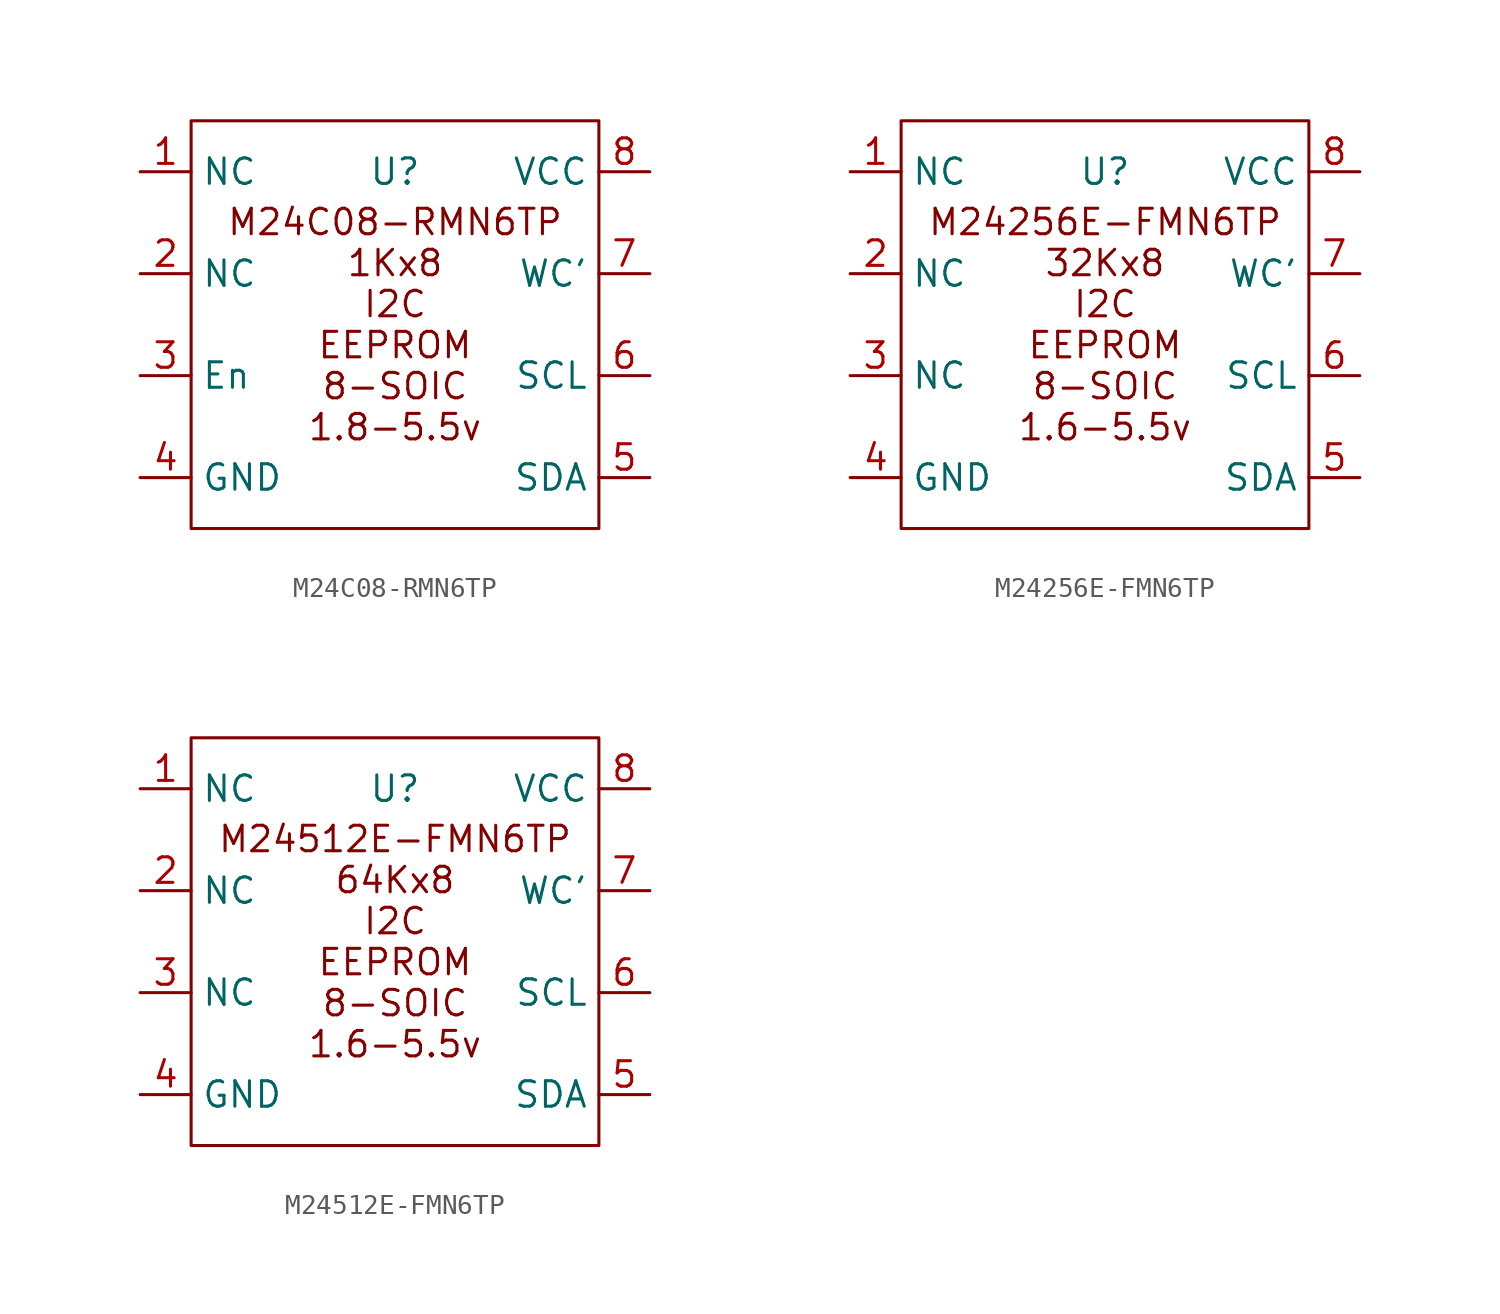
<source format=kicad_sym>
(kicad_symbol_lib
  (version 20220914)
  (generator kicad_symbol_editor)
  (symbol "M24C08-RMN6TP"
    (property "Reference" "U"
      (at 0 7.62 0)
      (effects (font (size 1.27 1.27))))
    (property "Value" ""
      (at 0 0 0)
      (effects (font (size 1.27 1.27))))
    (symbol "M24C08-RMN6TP_1_1"
      (text_box "M24C08-RMN6TP\n1Kx8\nI2C\nEEPROM\n8-SOIC\n1.8-5.5v" (at -10.16 10.16 0) (size 20.32 -20.32) (stroke (width 0) (type default)) (fill (type color) (color 0 0 0 0)) (effects (font (size 1.27 1.27))))
      (pin input line (at -12.7 7.62 0) (length 2.54) (name "NC" (effects (font (size 1.27 1.27)))) (number "1" (effects (font (size 1.27 1.27)))))
      (pin input line (at -12.7 2.54 0) (length 2.54) (name "NC" (effects (font (size 1.27 1.27)))) (number "2" (effects (font (size 1.27 1.27)))))
      (pin input line (at -12.7 -2.54 0) (length 2.54) (name "En" (effects (font (size 1.27 1.27)))) (number "3" (effects (font (size 1.27 1.27)))))
      (pin input line (at -12.7 -7.62 0) (length 2.54) (name "GND" (effects (font (size 1.27 1.27)))) (number "4" (effects (font (size 1.27 1.27)))))
      (pin input line (at 12.7 -7.62 180) (length 2.54) (name "SDA" (effects (font (size 1.27 1.27)))) (number "5" (effects (font (size 1.27 1.27)))))
      (pin input line (at 12.7 -2.54 180) (length 2.54) (name "SCL" (effects (font (size 1.27 1.27)))) (number "6" (effects (font (size 1.27 1.27)))))
      (pin input line (at 12.7 2.54 180) (length 2.54) (name "WC'" (effects (font (size 1.27 1.27)))) (number "7" (effects (font (size 1.27 1.27)))))
      (pin input line (at 12.7 7.62 180) (length 2.54) (name "VCC" (effects (font (size 1.27 1.27)))) (number "8" (effects (font (size 1.27 1.27)))))))
  (symbol "M24256E-FMN6TP"
    (property "Reference" "U"
      (at 0 7.62 0)
      (effects (font (size 1.27 1.27))))
    (property "Value" ""
      (at 0 0 0)
      (effects (font (size 1.27 1.27))))
    (symbol "M24256E-FMN6TP_1_1"
      (text_box "M24256E-FMN6TP\n32Kx8\nI2C\nEEPROM\n8-SOIC\n1.6-5.5v" (at -10.16 10.16 0) (size 20.32 -20.32) (stroke (width 0) (type default)) (fill (type color) (color 0 0 0 0)) (effects (font (size 1.27 1.27))))
      (pin input line (at -12.7 7.62 0) (length 2.54) (name "NC" (effects (font (size 1.27 1.27)))) (number "1" (effects (font (size 1.27 1.27)))))
      (pin input line (at -12.7 2.54 0) (length 2.54) (name "NC" (effects (font (size 1.27 1.27)))) (number "2" (effects (font (size 1.27 1.27)))))
      (pin input line (at -12.7 -2.54 0) (length 2.54) (name "NC" (effects (font (size 1.27 1.27)))) (number "3" (effects (font (size 1.27 1.27)))))
      (pin input line (at -12.7 -7.62 0) (length 2.54) (name "GND" (effects (font (size 1.27 1.27)))) (number "4" (effects (font (size 1.27 1.27)))))
      (pin input line (at 12.7 -7.62 180) (length 2.54) (name "SDA" (effects (font (size 1.27 1.27)))) (number "5" (effects (font (size 1.27 1.27)))))
      (pin input line (at 12.7 -2.54 180) (length 2.54) (name "SCL" (effects (font (size 1.27 1.27)))) (number "6" (effects (font (size 1.27 1.27)))))
      (pin input line (at 12.7 2.54 180) (length 2.54) (name "WC'" (effects (font (size 1.27 1.27)))) (number "7" (effects (font (size 1.27 1.27)))))
      (pin input line (at 12.7 7.62 180) (length 2.54) (name "VCC" (effects (font (size 1.27 1.27)))) (number "8" (effects (font (size 1.27 1.27)))))))
  (symbol "M24512E-FMN6TP"
    (property "Reference" "U"
      (at 0 7.62 0)
      (effects (font (size 1.27 1.27))))
    (property "Value" ""
      (at 0 0 0)
      (effects (font (size 1.27 1.27))))
    (symbol "M24512E-FMN6TP_1_1"
      (text_box "M24512E-FMN6TP\n64Kx8\nI2C\nEEPROM\n8-SOIC\n1.6-5.5v" (at -10.16 10.16 0) (size 20.32 -20.32) (stroke (width 0) (type default)) (fill (type color) (color 0 0 0 0)) (effects (font (size 1.27 1.27))))
      (pin input line (at -12.7 7.62 0) (length 2.54) (name "NC" (effects (font (size 1.27 1.27)))) (number "1" (effects (font (size 1.27 1.27)))))
      (pin input line (at -12.7 2.54 0) (length 2.54) (name "NC" (effects (font (size 1.27 1.27)))) (number "2" (effects (font (size 1.27 1.27)))))
      (pin input line (at -12.7 -2.54 0) (length 2.54) (name "NC" (effects (font (size 1.27 1.27)))) (number "3" (effects (font (size 1.27 1.27)))))
      (pin input line (at -12.7 -7.62 0) (length 2.54) (name "GND" (effects (font (size 1.27 1.27)))) (number "4" (effects (font (size 1.27 1.27)))))
      (pin input line (at 12.7 -7.62 180) (length 2.54) (name "SDA" (effects (font (size 1.27 1.27)))) (number "5" (effects (font (size 1.27 1.27)))))
      (pin input line (at 12.7 -2.54 180) (length 2.54) (name "SCL" (effects (font (size 1.27 1.27)))) (number "6" (effects (font (size 1.27 1.27)))))
      (pin input line (at 12.7 2.54 180) (length 2.54) (name "WC'" (effects (font (size 1.27 1.27)))) (number "7" (effects (font (size 1.27 1.27)))))
      (pin input line (at 12.7 7.62 180) (length 2.54) (name "VCC" (effects (font (size 1.27 1.27)))) (number "8" (effects (font (size 1.27 1.27))))))))
</source>
